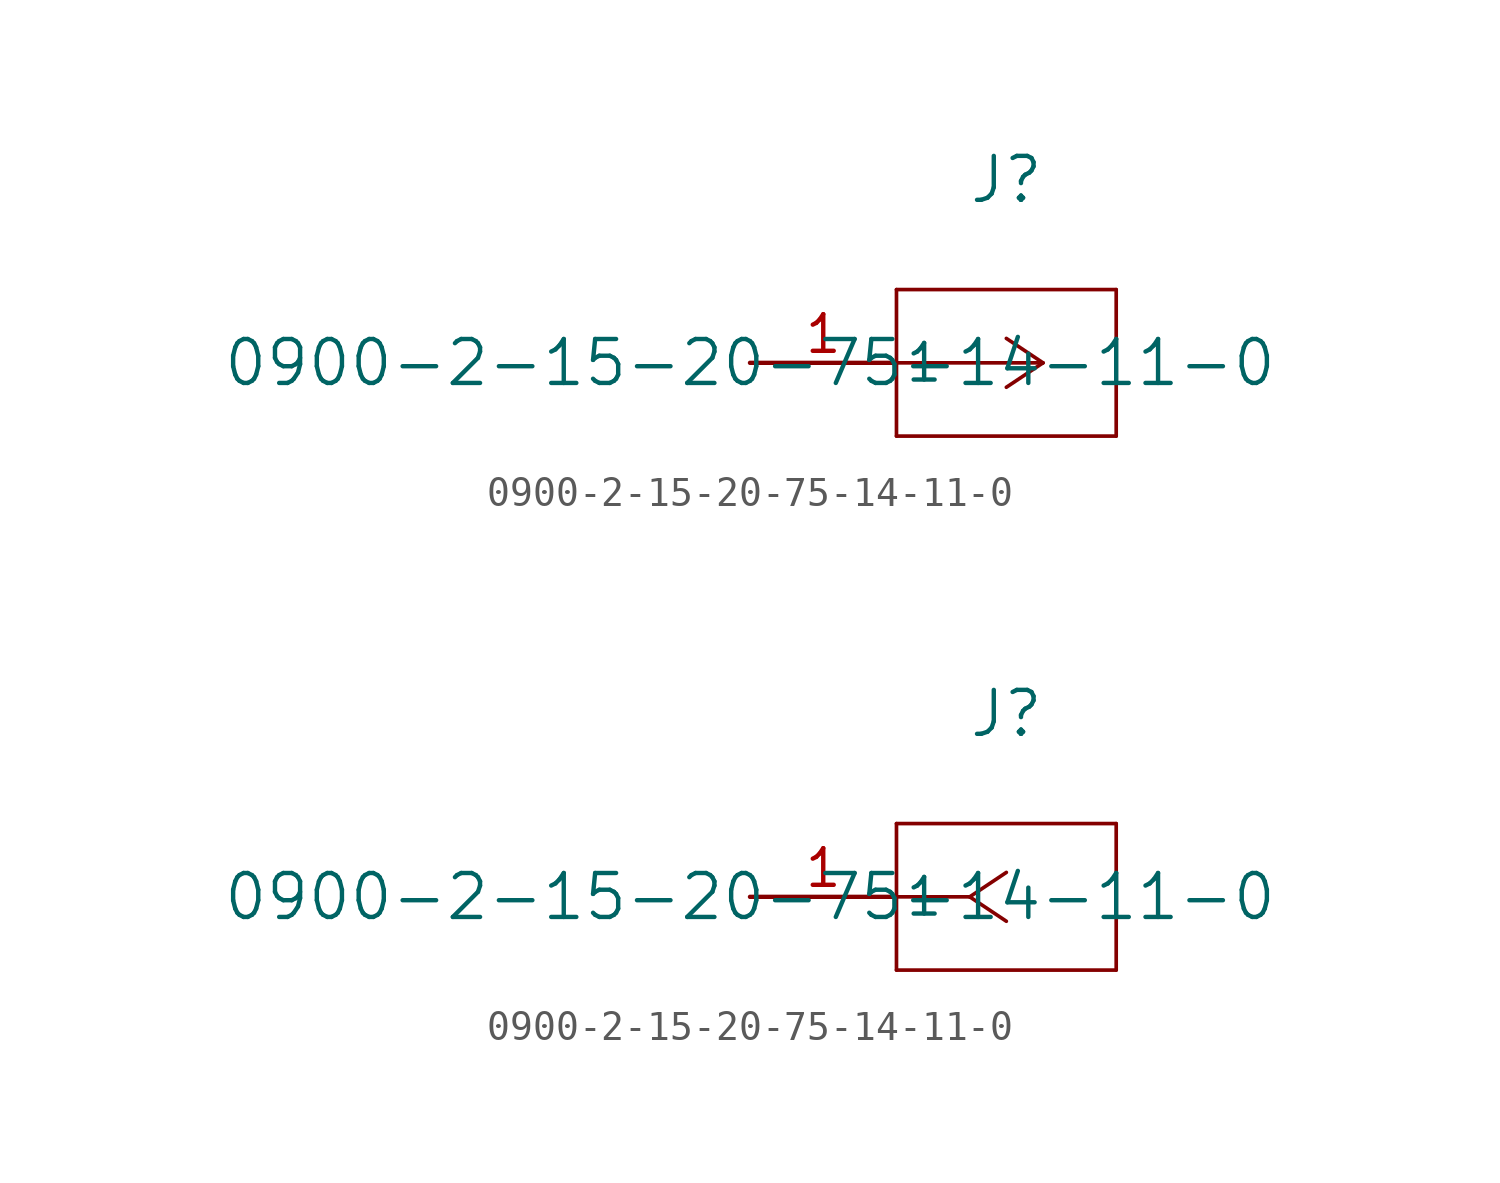
<source format=kicad_sym>
(kicad_symbol_lib
  (version 20211014)
  (generator kicad_symbol_editor)
  (symbol "0900-2-15-20-75-14-11-0"
    (pin_names
      (offset 0.254))
    (property "Reference" "J"
      (at 8.89 6.35 0)
      (effects (font (size 1.524 1.524))))
    (property "Value" "0900-2-15-20-75-14-11-0"
      (at 0 0 0)
      (effects (font (size 1.524 1.524))))
    (symbol "0900-2-15-20-75-14-11-0_1_1"
      (polyline (pts (xy 10.16 0) (xy 5.08 0)) (stroke (width 0.127) (type default) (color 0 0 0 0)) (fill (type none)))
      (polyline (pts (xy 10.16 0) (xy 8.89 0.847)) (stroke (width 0.127) (type default) (color 0 0 0 0)) (fill (type none)))
      (polyline (pts (xy 10.16 0) (xy 8.89 -0.847)) (stroke (width 0.127) (type default) (color 0 0 0 0)) (fill (type none)))
      (polyline (pts (xy 5.08 2.54) (xy 5.08 -2.54)) (stroke (width 0.127) (type default) (color 0 0 0 0)) (fill (type none)))
      (polyline (pts (xy 5.08 -2.54) (xy 12.7 -2.54)) (stroke (width 0.127) (type default) (color 0 0 0 0)) (fill (type none)))
      (polyline (pts (xy 12.7 -2.54) (xy 12.7 2.54)) (stroke (width 0.127) (type default) (color 0 0 0 0)) (fill (type none)))
      (polyline (pts (xy 12.7 2.54) (xy 5.08 2.54)) (stroke (width 0.127) (type default) (color 0 0 0 0)) (fill (type none)))
      (pin unspecified line (at 0 0 0) (length 5.08) (name "1" (effects (font (size 1.27 1.27)))) (number "1" (effects (font (size 1.27 1.27))))))
    (symbol "0900-2-15-20-75-14-11-0_1_2"
      (polyline (pts (xy 7.62 0) (xy 5.08 0)) (stroke (width 0.127) (type default) (color 0 0 0 0)) (fill (type none)))
      (polyline (pts (xy 7.62 0) (xy 8.89 0.847)) (stroke (width 0.127) (type default) (color 0 0 0 0)) (fill (type none)))
      (polyline (pts (xy 7.62 0) (xy 8.89 -0.847)) (stroke (width 0.127) (type default) (color 0 0 0 0)) (fill (type none)))
      (polyline (pts (xy 5.08 2.54) (xy 5.08 -2.54)) (stroke (width 0.127) (type default) (color 0 0 0 0)) (fill (type none)))
      (polyline (pts (xy 5.08 -2.54) (xy 12.7 -2.54)) (stroke (width 0.127) (type default) (color 0 0 0 0)) (fill (type none)))
      (polyline (pts (xy 12.7 -2.54) (xy 12.7 2.54)) (stroke (width 0.127) (type default) (color 0 0 0 0)) (fill (type none)))
      (polyline (pts (xy 12.7 2.54) (xy 5.08 2.54)) (stroke (width 0.127) (type default) (color 0 0 0 0)) (fill (type none)))
      (pin unspecified line (at 0 0 0) (length 5.08) (name "1" (effects (font (size 1.27 1.27)))) (number "1" (effects (font (size 1.27 1.27))))))))
</source>
